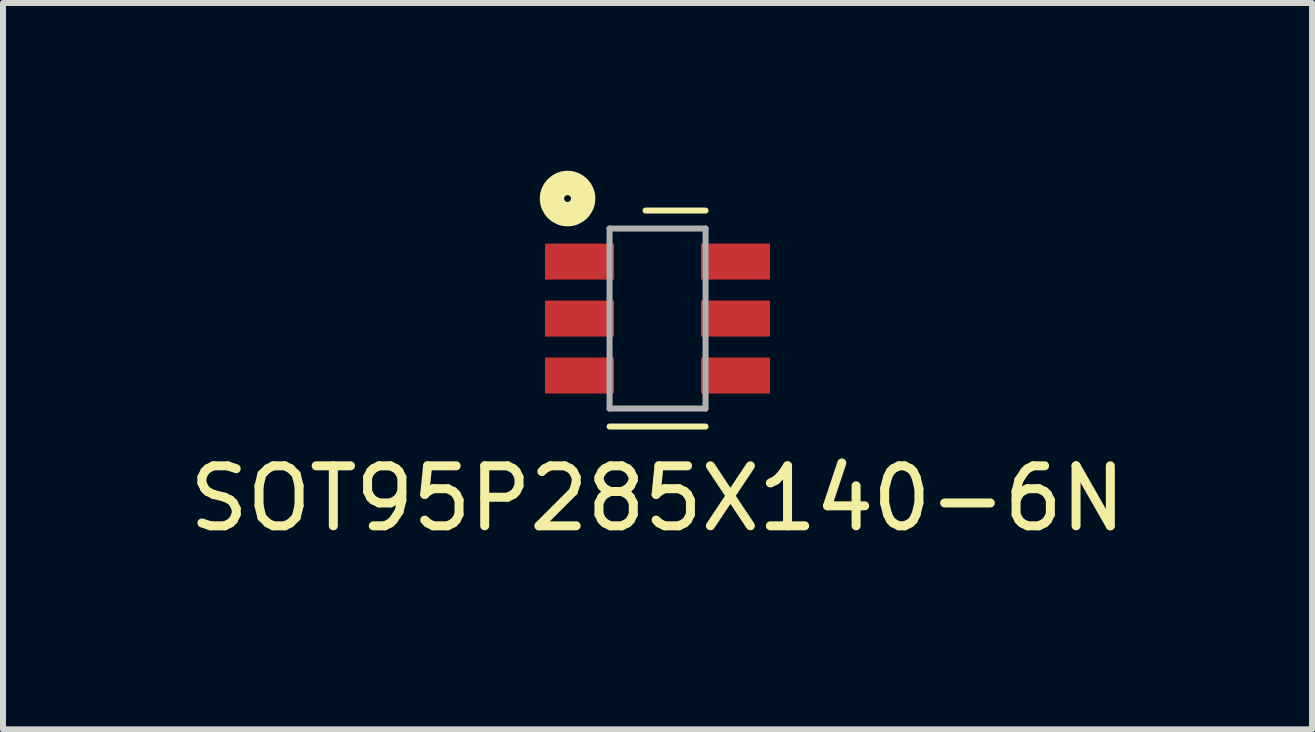
<source format=kicad_pcb>
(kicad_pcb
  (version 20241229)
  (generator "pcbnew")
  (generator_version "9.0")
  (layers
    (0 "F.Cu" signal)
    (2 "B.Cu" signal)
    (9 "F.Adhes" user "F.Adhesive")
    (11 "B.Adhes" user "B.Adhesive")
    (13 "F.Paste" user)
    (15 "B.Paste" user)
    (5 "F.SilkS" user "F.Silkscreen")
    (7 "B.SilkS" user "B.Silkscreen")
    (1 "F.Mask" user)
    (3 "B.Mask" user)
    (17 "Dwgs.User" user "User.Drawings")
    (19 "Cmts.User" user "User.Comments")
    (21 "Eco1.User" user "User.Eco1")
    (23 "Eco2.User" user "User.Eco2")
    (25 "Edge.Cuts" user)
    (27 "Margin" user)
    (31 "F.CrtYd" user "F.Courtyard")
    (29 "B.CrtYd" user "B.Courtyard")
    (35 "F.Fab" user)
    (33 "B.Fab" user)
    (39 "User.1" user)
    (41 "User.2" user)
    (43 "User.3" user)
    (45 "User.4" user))
  (footprint "SOT95P285X140-6N"
    (layer "F.Cu")
    (at 7.911 2.26)
    (property "Reference" "SOT95P285X140-6N" (at 0 3 0) (layer "F.SilkS") (effects (font (size 1 1) (thickness 0.15))))
    (attr smd)
    (fp_line (start -0.8 1.8) (end 0.8 1.8) (stroke (width 0.1) (type default)) (layer "F.SilkS"))
    (fp_line (start -0.2 -1.8) (end 0.8 -1.8) (stroke (width 0.1) (type default)) (layer "F.SilkS"))
    (fp_circle (center -1.5 -2) (end -1.443 -2) (stroke (width 0.406) (type solid)) (fill no) (layer "F.SilkS"))
    (fp_line (start -0.8 -1.5) (end 0.8 -1.5) (stroke (width 0.1) (type solid)) (layer "F.Fab"))
    (fp_line (start -0.8 1.5) (end -0.8 -1.5) (stroke (width 0.1) (type solid)) (layer "F.Fab"))
    (fp_line (start 0.8 -1.5) (end 0.8 1.5) (stroke (width 0.1) (type solid)) (layer "F.Fab"))
    (fp_line (start 0.8 1.5) (end -0.8 1.5) (stroke (width 0.1) (type solid)) (layer "F.Fab"))
    (pad "1" smd rect (at -1.3 -0.95) (size 1.15 0.6) (layers "F.Cu" "F.Mask" "F.Paste"))
    (pad "2" smd rect (at -1.3 0) (size 1.15 0.6) (layers "F.Cu" "F.Mask" "F.Paste"))
    (pad "3" smd rect (at -1.3 0.95) (size 1.15 0.6) (layers "F.Cu" "F.Mask" "F.Paste"))
    (pad "4" smd rect (at 1.3 0.95) (size 1.15 0.6) (layers "F.Cu" "F.Mask" "F.Paste"))
    (pad "5" smd rect (at 1.3 0) (size 1.15 0.6) (layers "F.Cu" "F.Mask" "F.Paste"))
    (pad "6" smd rect (at 1.3 -0.95) (size 1.15 0.6) (layers "F.Cu" "F.Mask" "F.Paste")))
  (gr_rect
    (start -3 -3)
    (end 18.821 9.108)
    (stroke (width 0.1) (type default))
    (fill no)
    (layer "Edge.Cuts")))
</source>
